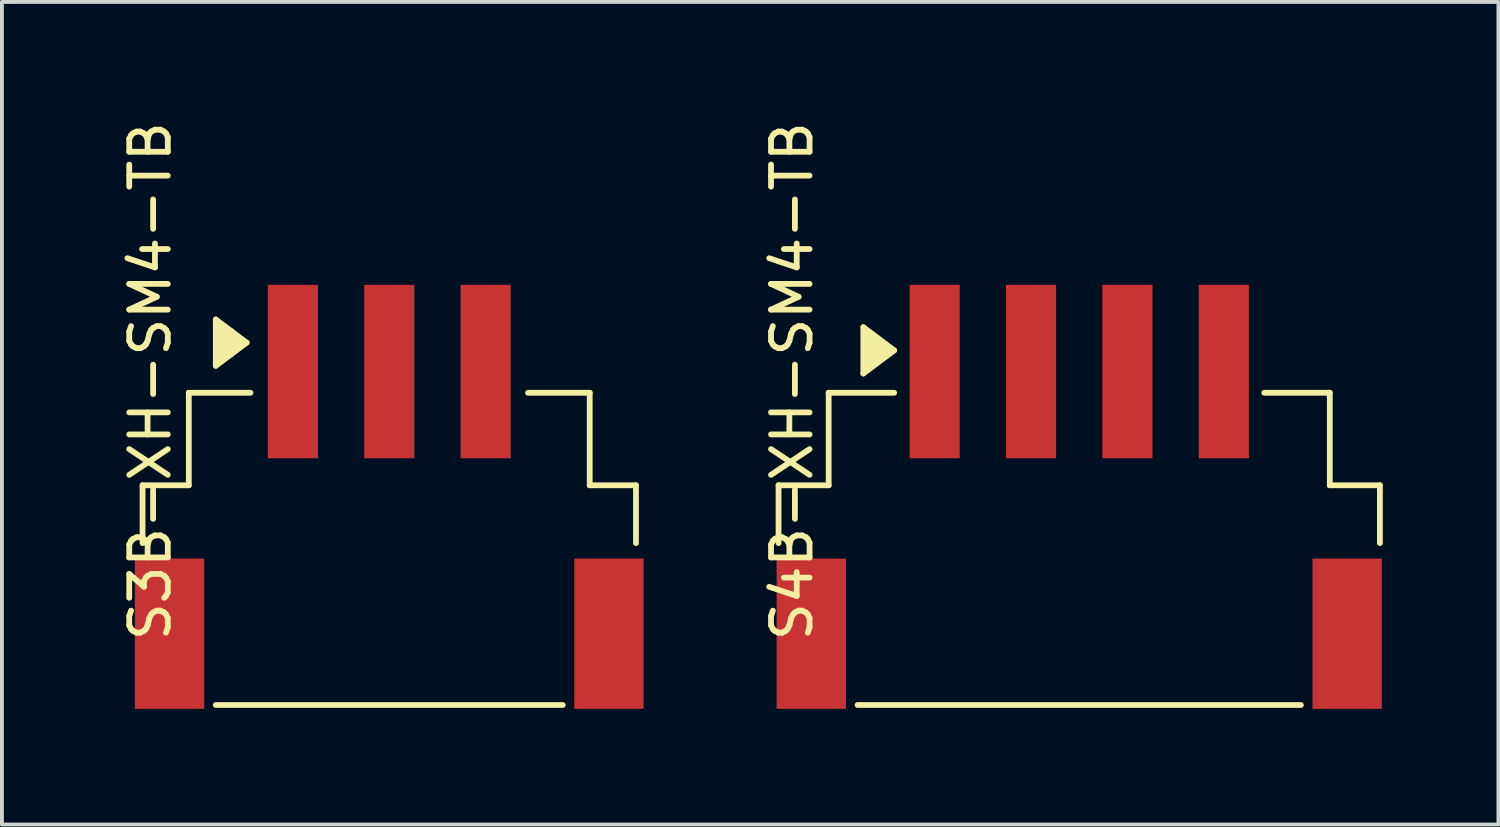
<source format=kicad_pcb>
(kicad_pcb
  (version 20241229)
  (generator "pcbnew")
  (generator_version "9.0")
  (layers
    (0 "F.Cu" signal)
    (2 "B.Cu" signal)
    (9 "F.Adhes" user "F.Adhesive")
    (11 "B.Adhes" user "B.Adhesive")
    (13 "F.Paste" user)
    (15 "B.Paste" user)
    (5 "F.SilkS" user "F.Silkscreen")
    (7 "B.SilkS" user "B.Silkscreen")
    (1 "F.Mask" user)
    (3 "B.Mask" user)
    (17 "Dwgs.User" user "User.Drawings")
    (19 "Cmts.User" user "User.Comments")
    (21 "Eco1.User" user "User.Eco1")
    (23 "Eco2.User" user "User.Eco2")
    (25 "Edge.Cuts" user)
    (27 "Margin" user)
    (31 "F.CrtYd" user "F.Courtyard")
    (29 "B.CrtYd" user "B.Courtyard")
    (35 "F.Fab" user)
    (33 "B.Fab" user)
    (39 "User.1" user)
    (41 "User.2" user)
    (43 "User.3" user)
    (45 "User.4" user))
  (footprint "S4B-XH-SM4-TB"
    (layer "F.Cu")
    (at 24.947 8.839)
    (property "Reference" "S4B-XH-SM4-TB" (at -7.45 -2 90) (layer "F.SilkS") (effects (font (size 1 1) (thickness 0.15))))
    (attr smd)
    (fp_line (start -7.8 0.7) (end -6.5 0.7) (stroke (width 0.15) (type solid)) (layer "F.SilkS"))
    (fp_line (start -7.8 2.2) (end -7.8 0.7) (stroke (width 0.15) (type solid)) (layer "F.SilkS"))
    (fp_line (start -6.5 -1.7) (end -4.8 -1.7) (stroke (width 0.15) (type solid)) (layer "F.SilkS"))
    (fp_line (start -6.5 0.7) (end -6.5 -1.7) (stroke (width 0.15) (type solid)) (layer "F.SilkS"))
    (fp_line (start -5.75 6.4) (end 5.75 6.4) (stroke (width 0.15) (type solid)) (layer "F.SilkS"))
    (fp_line (start -5.6 -3.4) (end -4.8 -2.8) (stroke (width 0.15) (type solid)) (layer "F.SilkS"))
    (fp_line (start -5.6 -2.2) (end -5.6 -3.4) (stroke (width 0.15) (type solid)) (layer "F.SilkS"))
    (fp_line (start -5.5 -3.2) (end -5.5 -2.4) (stroke (width 0.15) (type solid)) (layer "F.SilkS"))
    (fp_line (start -5.4 -3.2) (end -5.4 -2.4) (stroke (width 0.15) (type solid)) (layer "F.SilkS"))
    (fp_line (start -5.3 -3.1) (end -5.3 -2.5) (stroke (width 0.15) (type solid)) (layer "F.SilkS"))
    (fp_line (start -5.2 -3) (end -5.2 -2.6) (stroke (width 0.15) (type solid)) (layer "F.SilkS"))
    (fp_line (start -5.1 -2.9) (end -5.1 -2.7) (stroke (width 0.15) (type solid)) (layer "F.SilkS"))
    (fp_line (start -5 -2.9) (end -5 -2.7) (stroke (width 0.15) (type solid)) (layer "F.SilkS"))
    (fp_line (start -4.8 -2.8) (end -5.6 -2.2) (stroke (width 0.15) (type solid)) (layer "F.SilkS"))
    (fp_line (start 4.8 -1.7) (end 6.5 -1.7) (stroke (width 0.15) (type solid)) (layer "F.SilkS"))
    (fp_line (start 6.5 0.7) (end 6.5 -1.7) (stroke (width 0.15) (type solid)) (layer "F.SilkS"))
    (fp_line (start 6.5 0.7) (end 7.8 0.7) (stroke (width 0.15) (type solid)) (layer "F.SilkS"))
    (fp_line (start 7.8 2.2) (end 7.8 0.7) (stroke (width 0.15) (type solid)) (layer "F.SilkS"))
    (pad "" smd rect (at -6.95 4.55) (size 1.8 3.9) (layers "F.Cu" "F.Mask" "F.Paste"))
    (pad "" smd rect (at 6.95 4.55) (size 1.8 3.9) (layers "F.Cu" "F.Mask" "F.Paste"))
    (pad "1" smd rect (at -3.75 -2.25) (size 1.3 4.5) (layers "F.Cu" "F.Mask" "F.Paste"))
    (pad "2" smd rect (at -1.25 -2.25) (size 1.3 4.5) (layers "F.Cu" "F.Mask" "F.Paste"))
    (pad "3" smd rect (at 1.25 -2.25) (size 1.3 4.5) (layers "F.Cu" "F.Mask" "F.Paste"))
    (pad "4" smd rect (at 3.75 -2.25) (size 1.3 4.5) (layers "F.Cu" "F.Mask" "F.Paste")))
  (footprint "S3B-XH-SM4-TB"
    (layer "F.Cu")
    (at 7.048 8.839)
    (property "Reference" "S3B-XH-SM4-TB" (at -6.2 -2 90) (layer "F.SilkS") (effects (font (size 1 1) (thickness 0.15))))
    (attr smd)
    (fp_line (start -6.4 2.2) (end -6.4 0.7) (stroke (width 0.15) (type solid)) (layer "F.SilkS"))
    (fp_line (start -5.2 -1.7) (end -5.2 0.7) (stroke (width 0.15) (type solid)) (layer "F.SilkS"))
    (fp_line (start -5.2 -1.7) (end -3.6 -1.7) (stroke (width 0.15) (type solid)) (layer "F.SilkS"))
    (fp_line (start -5.2 0.7) (end -6.4 0.7) (stroke (width 0.15) (type solid)) (layer "F.SilkS"))
    (fp_line (start -4.5 -3.6) (end -4.5 -2.4) (stroke (width 0.15) (type solid)) (layer "F.SilkS"))
    (fp_line (start -4.5 -2.4) (end -3.7 -3) (stroke (width 0.15) (type solid)) (layer "F.SilkS"))
    (fp_line (start -4.5 6.4) (end 4.5 6.4) (stroke (width 0.15) (type solid)) (layer "F.SilkS"))
    (fp_line (start -4.4 -3.5) (end -4.4 -2.5) (stroke (width 0.15) (type solid)) (layer "F.SilkS"))
    (fp_line (start -4.3 -3.4) (end -4.3 -2.6) (stroke (width 0.15) (type solid)) (layer "F.SilkS"))
    (fp_line (start -4.2 -3.3) (end -4.2 -2.7) (stroke (width 0.15) (type solid)) (layer "F.SilkS"))
    (fp_line (start -4.1 -3.3) (end -4.1 -2.7) (stroke (width 0.15) (type solid)) (layer "F.SilkS"))
    (fp_line (start -4 -3.2) (end -4 -2.8) (stroke (width 0.15) (type solid)) (layer "F.SilkS"))
    (fp_line (start -3.9 -3.1) (end -3.9 -2.9) (stroke (width 0.15) (type solid)) (layer "F.SilkS"))
    (fp_line (start -3.7 -3) (end -4.5 -3.6) (stroke (width 0.15) (type solid)) (layer "F.SilkS"))
    (fp_line (start 3.6 -1.7) (end 5.2 -1.7) (stroke (width 0.15) (type solid)) (layer "F.SilkS"))
    (fp_line (start 5.2 -1.7) (end 5.2 0.7) (stroke (width 0.15) (type solid)) (layer "F.SilkS"))
    (fp_line (start 6.4 0.7) (end 5.2 0.7) (stroke (width 0.15) (type solid)) (layer "F.SilkS"))
    (fp_line (start 6.4 2.2) (end 6.4 0.7) (stroke (width 0.15) (type solid)) (layer "F.SilkS"))
    (pad "" smd rect (at -5.7 4.55) (size 1.8 3.9) (layers "F.Cu" "F.Mask" "F.Paste"))
    (pad "" smd rect (at 5.7 4.55) (size 1.8 3.9) (layers "F.Cu" "F.Mask" "F.Paste"))
    (pad "1" smd rect (at -2.5 -2.25) (size 1.3 4.5) (layers "F.Cu" "F.Mask" "F.Paste"))
    (pad "2" smd rect (at 0 -2.25) (size 1.3 4.5) (layers "F.Cu" "F.Mask" "F.Paste"))
    (pad "3" smd rect (at 2.5 -2.25) (size 1.3 4.5) (layers "F.Cu" "F.Mask" "F.Paste")))
  (gr_rect
    (start -3 -3)
    (end 35.822 18.339)
    (stroke (width 0.1) (type default))
    (fill no)
    (layer "Edge.Cuts")))
</source>
